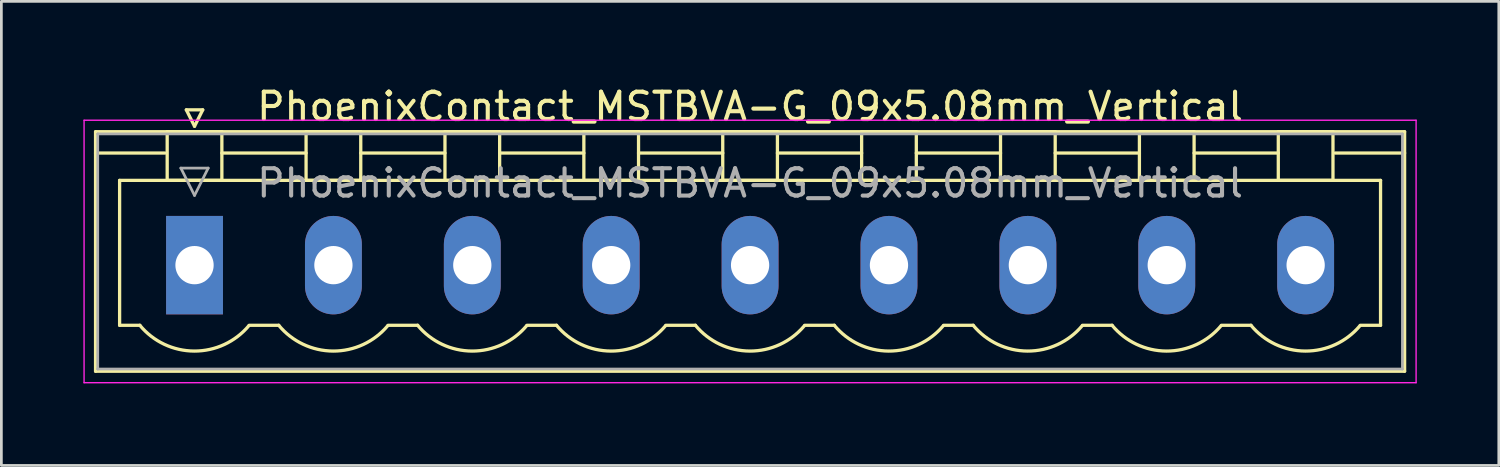
<source format=kicad_pcb>
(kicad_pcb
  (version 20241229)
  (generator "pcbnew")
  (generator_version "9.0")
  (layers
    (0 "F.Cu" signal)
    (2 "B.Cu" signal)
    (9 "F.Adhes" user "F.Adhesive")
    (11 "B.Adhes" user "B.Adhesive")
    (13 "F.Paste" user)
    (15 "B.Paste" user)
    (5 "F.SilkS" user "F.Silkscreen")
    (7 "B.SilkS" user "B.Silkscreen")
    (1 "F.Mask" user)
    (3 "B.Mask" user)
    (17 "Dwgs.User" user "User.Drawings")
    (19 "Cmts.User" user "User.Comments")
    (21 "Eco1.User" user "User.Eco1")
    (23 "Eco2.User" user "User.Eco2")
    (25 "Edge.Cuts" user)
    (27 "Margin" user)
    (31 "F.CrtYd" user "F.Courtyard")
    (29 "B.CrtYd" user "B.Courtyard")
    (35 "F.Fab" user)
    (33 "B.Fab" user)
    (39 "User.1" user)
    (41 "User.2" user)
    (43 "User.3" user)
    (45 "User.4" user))
  (footprint "PhoenixContact_MSTBVA-G_09x5.08mm_Vertical"
    (layer "F.Cu")
    (at 4.065 6.648)
    (property "Reference" "PhoenixContact_MSTBVA-G_09x5.08mm_Vertical" (at 20.32 -5.8 0) (layer "F.SilkS") (effects (font (size 1 1) (thickness 0.15))))
    (attr through_hole)
    (fp_line (start -3.62 -4.88) (end -3.62 3.88) (stroke (width 0.12) (type solid)) (layer "F.SilkS"))
    (fp_line (start -3.62 -4.1) (end -1.08 -4.1) (stroke (width 0.12) (type solid)) (layer "F.SilkS"))
    (fp_line (start -3.62 3.88) (end 44.26 3.88) (stroke (width 0.12) (type solid)) (layer "F.SilkS"))
    (fp_line (start -2.74 -3.1) (end 43.38 -3.1) (stroke (width 0.12) (type solid)) (layer "F.SilkS"))
    (fp_line (start -2.74 2.2) (end -2.74 -3.1) (stroke (width 0.12) (type solid)) (layer "F.SilkS"))
    (fp_line (start -2 2.2) (end -2.74 2.2) (stroke (width 0.12) (type solid)) (layer "F.SilkS"))
    (fp_line (start -1 -4.88) (end 1 -4.88) (stroke (width 0.12) (type solid)) (layer "F.SilkS"))
    (fp_line (start -1 -3.1) (end -1 -4.88) (stroke (width 0.12) (type solid)) (layer "F.SilkS"))
    (fp_line (start -0.3 -5.68) (end 0.3 -5.68) (stroke (width 0.12) (type solid)) (layer "F.SilkS"))
    (fp_line (start 0 -5.08) (end -0.3 -5.68) (stroke (width 0.12) (type solid)) (layer "F.SilkS"))
    (fp_line (start 0.3 -5.68) (end 0 -5.08) (stroke (width 0.12) (type solid)) (layer "F.SilkS"))
    (fp_line (start 1 -4.88) (end 1 -3.1) (stroke (width 0.12) (type solid)) (layer "F.SilkS"))
    (fp_line (start 1 -4.1) (end 4.08 -4.1) (stroke (width 0.12) (type solid)) (layer "F.SilkS"))
    (fp_line (start 1 -3.1) (end -1 -3.1) (stroke (width 0.12) (type solid)) (layer "F.SilkS"))
    (fp_line (start 2 2.2) (end 3.08 2.2) (stroke (width 0.12) (type solid)) (layer "F.SilkS"))
    (fp_line (start 4.08 -4.88) (end 6.08 -4.88) (stroke (width 0.12) (type solid)) (layer "F.SilkS"))
    (fp_line (start 4.08 -3.1) (end 4.08 -4.88) (stroke (width 0.12) (type solid)) (layer "F.SilkS"))
    (fp_line (start 6.08 -4.88) (end 6.08 -3.1) (stroke (width 0.12) (type solid)) (layer "F.SilkS"))
    (fp_line (start 6.08 -4.1) (end 9.16 -4.1) (stroke (width 0.12) (type solid)) (layer "F.SilkS"))
    (fp_line (start 6.08 -3.1) (end 4.08 -3.1) (stroke (width 0.12) (type solid)) (layer "F.SilkS"))
    (fp_line (start 7.08 2.2) (end 8.16 2.2) (stroke (width 0.12) (type solid)) (layer "F.SilkS"))
    (fp_line (start 9.16 -4.88) (end 11.16 -4.88) (stroke (width 0.12) (type solid)) (layer "F.SilkS"))
    (fp_line (start 9.16 -3.1) (end 9.16 -4.88) (stroke (width 0.12) (type solid)) (layer "F.SilkS"))
    (fp_line (start 11.16 -4.88) (end 11.16 -3.1) (stroke (width 0.12) (type solid)) (layer "F.SilkS"))
    (fp_line (start 11.16 -4.1) (end 14.24 -4.1) (stroke (width 0.12) (type solid)) (layer "F.SilkS"))
    (fp_line (start 11.16 -3.1) (end 9.16 -3.1) (stroke (width 0.12) (type solid)) (layer "F.SilkS"))
    (fp_line (start 12.16 2.2) (end 13.24 2.2) (stroke (width 0.12) (type solid)) (layer "F.SilkS"))
    (fp_line (start 14.24 -4.88) (end 16.24 -4.88) (stroke (width 0.12) (type solid)) (layer "F.SilkS"))
    (fp_line (start 14.24 -3.1) (end 14.24 -4.88) (stroke (width 0.12) (type solid)) (layer "F.SilkS"))
    (fp_line (start 16.24 -4.88) (end 16.24 -3.1) (stroke (width 0.12) (type solid)) (layer "F.SilkS"))
    (fp_line (start 16.24 -4.1) (end 19.32 -4.1) (stroke (width 0.12) (type solid)) (layer "F.SilkS"))
    (fp_line (start 16.24 -3.1) (end 14.24 -3.1) (stroke (width 0.12) (type solid)) (layer "F.SilkS"))
    (fp_line (start 17.24 2.2) (end 18.32 2.2) (stroke (width 0.12) (type solid)) (layer "F.SilkS"))
    (fp_line (start 19.32 -4.88) (end 21.32 -4.88) (stroke (width 0.12) (type solid)) (layer "F.SilkS"))
    (fp_line (start 19.32 -3.1) (end 19.32 -4.88) (stroke (width 0.12) (type solid)) (layer "F.SilkS"))
    (fp_line (start 21.32 -4.88) (end 21.32 -3.1) (stroke (width 0.12) (type solid)) (layer "F.SilkS"))
    (fp_line (start 21.32 -4.1) (end 24.4 -4.1) (stroke (width 0.12) (type solid)) (layer "F.SilkS"))
    (fp_line (start 21.32 -3.1) (end 19.32 -3.1) (stroke (width 0.12) (type solid)) (layer "F.SilkS"))
    (fp_line (start 22.32 2.2) (end 23.4 2.2) (stroke (width 0.12) (type solid)) (layer "F.SilkS"))
    (fp_line (start 24.4 -4.88) (end 26.4 -4.88) (stroke (width 0.12) (type solid)) (layer "F.SilkS"))
    (fp_line (start 24.4 -3.1) (end 24.4 -4.88) (stroke (width 0.12) (type solid)) (layer "F.SilkS"))
    (fp_line (start 26.4 -4.88) (end 26.4 -3.1) (stroke (width 0.12) (type solid)) (layer "F.SilkS"))
    (fp_line (start 26.4 -4.1) (end 29.48 -4.1) (stroke (width 0.12) (type solid)) (layer "F.SilkS"))
    (fp_line (start 26.4 -3.1) (end 24.4 -3.1) (stroke (width 0.12) (type solid)) (layer "F.SilkS"))
    (fp_line (start 27.4 2.2) (end 28.48 2.2) (stroke (width 0.12) (type solid)) (layer "F.SilkS"))
    (fp_line (start 29.48 -4.88) (end 31.48 -4.88) (stroke (width 0.12) (type solid)) (layer "F.SilkS"))
    (fp_line (start 29.48 -3.1) (end 29.48 -4.88) (stroke (width 0.12) (type solid)) (layer "F.SilkS"))
    (fp_line (start 31.48 -4.88) (end 31.48 -3.1) (stroke (width 0.12) (type solid)) (layer "F.SilkS"))
    (fp_line (start 31.48 -4.1) (end 34.56 -4.1) (stroke (width 0.12) (type solid)) (layer "F.SilkS"))
    (fp_line (start 31.48 -3.1) (end 29.48 -3.1) (stroke (width 0.12) (type solid)) (layer "F.SilkS"))
    (fp_line (start 32.48 2.2) (end 33.56 2.2) (stroke (width 0.12) (type solid)) (layer "F.SilkS"))
    (fp_line (start 34.56 -4.88) (end 36.56 -4.88) (stroke (width 0.12) (type solid)) (layer "F.SilkS"))
    (fp_line (start 34.56 -3.1) (end 34.56 -4.88) (stroke (width 0.12) (type solid)) (layer "F.SilkS"))
    (fp_line (start 36.56 -4.88) (end 36.56 -3.1) (stroke (width 0.12) (type solid)) (layer "F.SilkS"))
    (fp_line (start 36.56 -4.1) (end 39.64 -4.1) (stroke (width 0.12) (type solid)) (layer "F.SilkS"))
    (fp_line (start 36.56 -3.1) (end 34.56 -3.1) (stroke (width 0.12) (type solid)) (layer "F.SilkS"))
    (fp_line (start 37.56 2.2) (end 38.64 2.2) (stroke (width 0.12) (type solid)) (layer "F.SilkS"))
    (fp_line (start 39.64 -4.88) (end 41.64 -4.88) (stroke (width 0.12) (type solid)) (layer "F.SilkS"))
    (fp_line (start 39.64 -3.1) (end 39.64 -4.88) (stroke (width 0.12) (type solid)) (layer "F.SilkS"))
    (fp_line (start 41.64 -4.88) (end 41.64 -3.1) (stroke (width 0.12) (type solid)) (layer "F.SilkS"))
    (fp_line (start 41.64 -3.1) (end 39.64 -3.1) (stroke (width 0.12) (type solid)) (layer "F.SilkS"))
    (fp_line (start 43.38 -3.1) (end 43.38 2.2) (stroke (width 0.12) (type solid)) (layer "F.SilkS"))
    (fp_line (start 43.38 2.2) (end 42.64 2.2) (stroke (width 0.12) (type solid)) (layer "F.SilkS"))
    (fp_line (start 44.26 -4.88) (end -3.62 -4.88) (stroke (width 0.12) (type solid)) (layer "F.SilkS"))
    (fp_line (start 44.26 -4.1) (end 41.72 -4.1) (stroke (width 0.12) (type solid)) (layer "F.SilkS"))
    (fp_line (start 44.26 3.88) (end 44.26 -4.88) (stroke (width 0.12) (type solid)) (layer "F.SilkS"))
    (fp_arc (start 1.986842 2.215821) (mid -0.010289 3.142758) (end -2 2.2) (stroke (width 0.12) (type solid)) (layer "F.SilkS"))
    (fp_arc (start 7.066842 2.215821) (mid 5.069711 3.142758) (end 3.08 2.2) (stroke (width 0.12) (type solid)) (layer "F.SilkS"))
    (fp_arc (start 12.146842 2.215821) (mid 10.149711 3.142758) (end 8.16 2.2) (stroke (width 0.12) (type solid)) (layer "F.SilkS"))
    (fp_arc (start 17.226842 2.215821) (mid 15.229711 3.142758) (end 13.24 2.2) (stroke (width 0.12) (type solid)) (layer "F.SilkS"))
    (fp_arc (start 22.306842 2.215821) (mid 20.309711 3.142758) (end 18.32 2.2) (stroke (width 0.12) (type solid)) (layer "F.SilkS"))
    (fp_arc (start 27.386842 2.215821) (mid 25.389711 3.142758) (end 23.4 2.2) (stroke (width 0.12) (type solid)) (layer "F.SilkS"))
    (fp_arc (start 32.466842 2.215821) (mid 30.469711 3.142758) (end 28.48 2.2) (stroke (width 0.12) (type solid)) (layer "F.SilkS"))
    (fp_arc (start 37.546842 2.215821) (mid 35.549711 3.142758) (end 33.56 2.2) (stroke (width 0.12) (type solid)) (layer "F.SilkS"))
    (fp_arc (start 42.626842 2.215821) (mid 40.629711 3.142758) (end 38.64 2.2) (stroke (width 0.12) (type solid)) (layer "F.SilkS"))
    (fp_line (start -4.04 -5.3) (end -4.04 4.3) (stroke (width 0.05) (type solid)) (layer "F.CrtYd"))
    (fp_line (start -4.04 4.3) (end 44.68 4.3) (stroke (width 0.05) (type solid)) (layer "F.CrtYd"))
    (fp_line (start 44.68 -5.3) (end -4.04 -5.3) (stroke (width 0.05) (type solid)) (layer "F.CrtYd"))
    (fp_line (start 44.68 4.3) (end 44.68 -5.3) (stroke (width 0.05) (type solid)) (layer "F.CrtYd"))
    (fp_line (start -3.54 -4.8) (end -3.54 3.8) (stroke (width 0.1) (type solid)) (layer "F.Fab"))
    (fp_line (start -3.54 3.8) (end 44.18 3.8) (stroke (width 0.1) (type solid)) (layer "F.Fab"))
    (fp_line (start -0.5 -3.55) (end 0.5 -3.55) (stroke (width 0.1) (type solid)) (layer "F.Fab"))
    (fp_line (start 0 -2.55) (end -0.5 -3.55) (stroke (width 0.1) (type solid)) (layer "F.Fab"))
    (fp_line (start 0.5 -3.55) (end 0 -2.55) (stroke (width 0.1) (type solid)) (layer "F.Fab"))
    (fp_line (start 44.18 -4.8) (end -3.54 -4.8) (stroke (width 0.1) (type solid)) (layer "F.Fab"))
    (fp_line (start 44.18 3.8) (end 44.18 -4.8) (stroke (width 0.1) (type solid)) (layer "F.Fab"))
    (fp_text user "${REFERENCE}" (at 20.32 -3 0) (layer "F.Fab") (effects (font (size 1 1) (thickness 0.15))))
    (pad "1" thru_hole rect (at 0 0) (size 2.08 3.6) (drill 1.4) (layers "*.Cu" "*.Mask"))
    (pad "2" thru_hole oval (at 5.08 0) (size 2.08 3.6) (drill 1.4) (layers "*.Cu" "*.Mask"))
    (pad "3" thru_hole oval (at 10.16 0) (size 2.08 3.6) (drill 1.4) (layers "*.Cu" "*.Mask"))
    (pad "4" thru_hole oval (at 15.24 0) (size 2.08 3.6) (drill 1.4) (layers "*.Cu" "*.Mask"))
    (pad "5" thru_hole oval (at 20.32 0) (size 2.08 3.6) (drill 1.4) (layers "*.Cu" "*.Mask"))
    (pad "6" thru_hole oval (at 25.4 0) (size 2.08 3.6) (drill 1.4) (layers "*.Cu" "*.Mask"))
    (pad "7" thru_hole oval (at 30.48 0) (size 2.08 3.6) (drill 1.4) (layers "*.Cu" "*.Mask"))
    (pad "8" thru_hole oval (at 35.56 0) (size 2.08 3.6) (drill 1.4) (layers "*.Cu" "*.Mask"))
    (pad "9" thru_hole oval (at 40.64 0) (size 2.08 3.6) (drill 1.4) (layers "*.Cu" "*.Mask")))
  (gr_rect
    (start -3 -3)
    (end 51.77 13.973)
    (stroke (width 0.1) (type default))
    (fill no)
    (layer "Edge.Cuts")))
</source>
